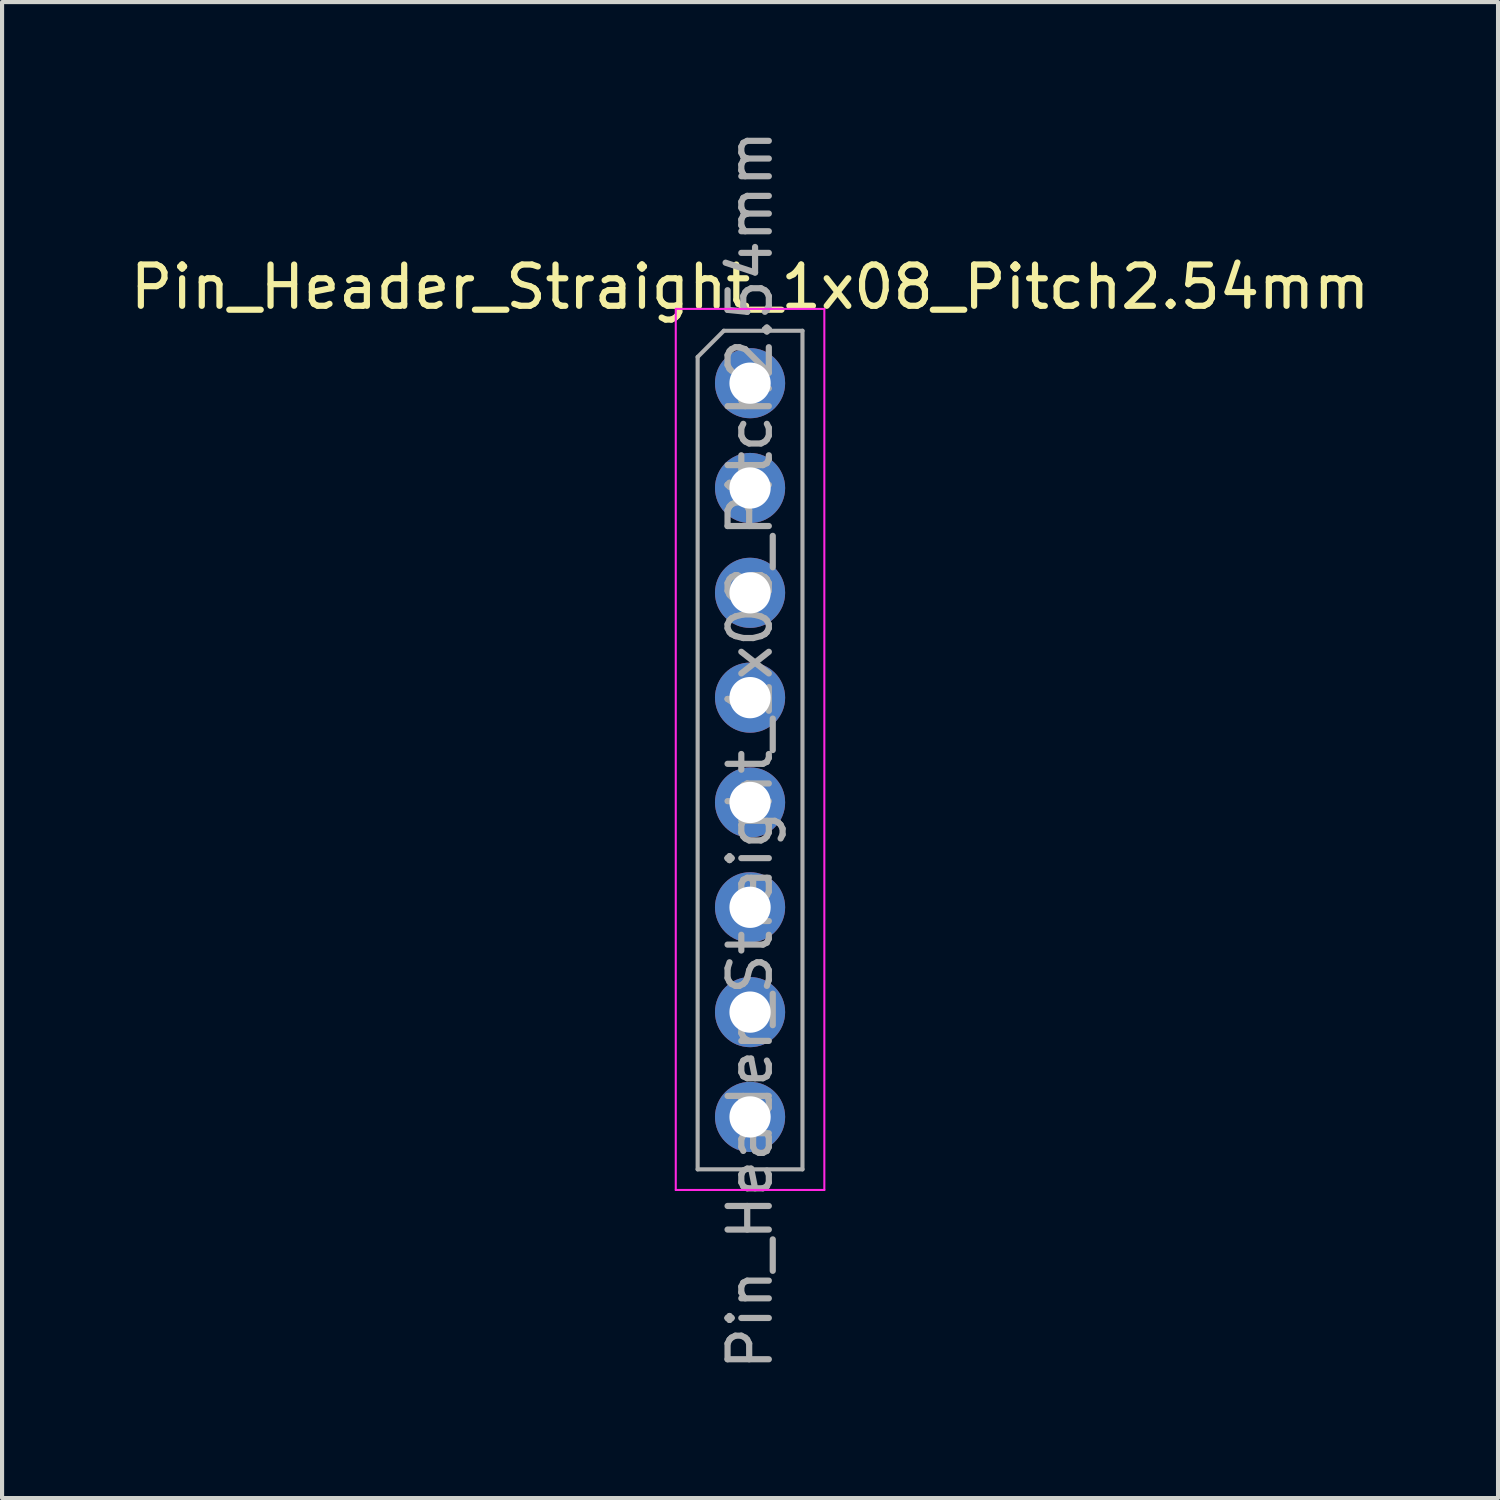
<source format=kicad_pcb>
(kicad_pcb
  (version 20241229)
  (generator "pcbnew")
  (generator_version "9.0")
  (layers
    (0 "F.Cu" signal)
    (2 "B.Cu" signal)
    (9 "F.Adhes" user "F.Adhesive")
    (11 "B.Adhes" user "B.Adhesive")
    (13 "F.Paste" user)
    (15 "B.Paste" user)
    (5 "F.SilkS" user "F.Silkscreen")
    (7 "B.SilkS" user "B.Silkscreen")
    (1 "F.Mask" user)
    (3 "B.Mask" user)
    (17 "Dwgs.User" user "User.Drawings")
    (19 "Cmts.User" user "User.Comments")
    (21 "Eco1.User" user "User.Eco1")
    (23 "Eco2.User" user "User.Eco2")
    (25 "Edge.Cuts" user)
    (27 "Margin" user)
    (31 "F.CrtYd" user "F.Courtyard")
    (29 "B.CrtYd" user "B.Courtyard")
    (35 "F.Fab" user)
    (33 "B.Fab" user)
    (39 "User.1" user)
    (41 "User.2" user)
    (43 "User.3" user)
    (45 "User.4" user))
  (footprint "Pin_Header_Straight_1x08_Pitch2.54mm"
    (layer "F.Cu")
    (at 15.125 6.235)
    (property "Reference" "Pin_Header_Straight_1x08_Pitch2.54mm" (at 0 -2.33 0) (layer "F.SilkS") (effects (font (size 1 1) (thickness 0.15))))
    (attr through_hole)
    (fp_line (start -1.8 -1.8) (end -1.8 19.55) (stroke (width 0.05) (type solid)) (layer "F.CrtYd"))
    (fp_line (start -1.8 19.55) (end 1.8 19.55) (stroke (width 0.05) (type solid)) (layer "F.CrtYd"))
    (fp_line (start 1.8 -1.8) (end -1.8 -1.8) (stroke (width 0.05) (type solid)) (layer "F.CrtYd"))
    (fp_line (start 1.8 19.55) (end 1.8 -1.8) (stroke (width 0.05) (type solid)) (layer "F.CrtYd"))
    (fp_line (start -1.27 -0.635) (end -0.635 -1.27) (stroke (width 0.1) (type solid)) (layer "F.Fab"))
    (fp_line (start -1.27 19.05) (end -1.27 -0.635) (stroke (width 0.1) (type solid)) (layer "F.Fab"))
    (fp_line (start -0.635 -1.27) (end 1.27 -1.27) (stroke (width 0.1) (type solid)) (layer "F.Fab"))
    (fp_line (start 1.27 -1.27) (end 1.27 19.05) (stroke (width 0.1) (type solid)) (layer "F.Fab"))
    (fp_line (start 1.27 19.05) (end -1.27 19.05) (stroke (width 0.1) (type solid)) (layer "F.Fab"))
    (fp_text user "${REFERENCE}" (at 0 8.89 90) (layer "F.Fab") (effects (font (size 1 1) (thickness 0.15))))
    (pad "1" thru_hole oval (at 0 0) (size 1.7 1.7) (drill 1) (layers "*.Cu" "*.Mask"))
    (pad "2" thru_hole oval (at 0 2.54) (size 1.7 1.7) (drill 1) (layers "*.Cu" "*.Mask"))
    (pad "3" thru_hole oval (at 0 5.08) (size 1.7 1.7) (drill 1) (layers "*.Cu" "*.Mask"))
    (pad "4" thru_hole oval (at 0 7.62) (size 1.7 1.7) (drill 1) (layers "*.Cu" "*.Mask"))
    (pad "5" thru_hole oval (at 0 10.16) (size 1.7 1.7) (drill 1) (layers "*.Cu" "*.Mask"))
    (pad "6" thru_hole oval (at 0 12.7) (size 1.7 1.7) (drill 1) (layers "*.Cu" "*.Mask"))
    (pad "7" thru_hole oval (at 0 15.24) (size 1.7 1.7) (drill 1) (layers "*.Cu" "*.Mask"))
    (pad "8" thru_hole oval (at 0 17.78) (size 1.7 1.7) (drill 1) (layers "*.Cu" "*.Mask")))
  (gr_rect
    (start -3 -3)
    (end 33.25 33.25)
    (stroke (width 0.1) (type default))
    (fill no)
    (layer "Edge.Cuts")))
</source>
